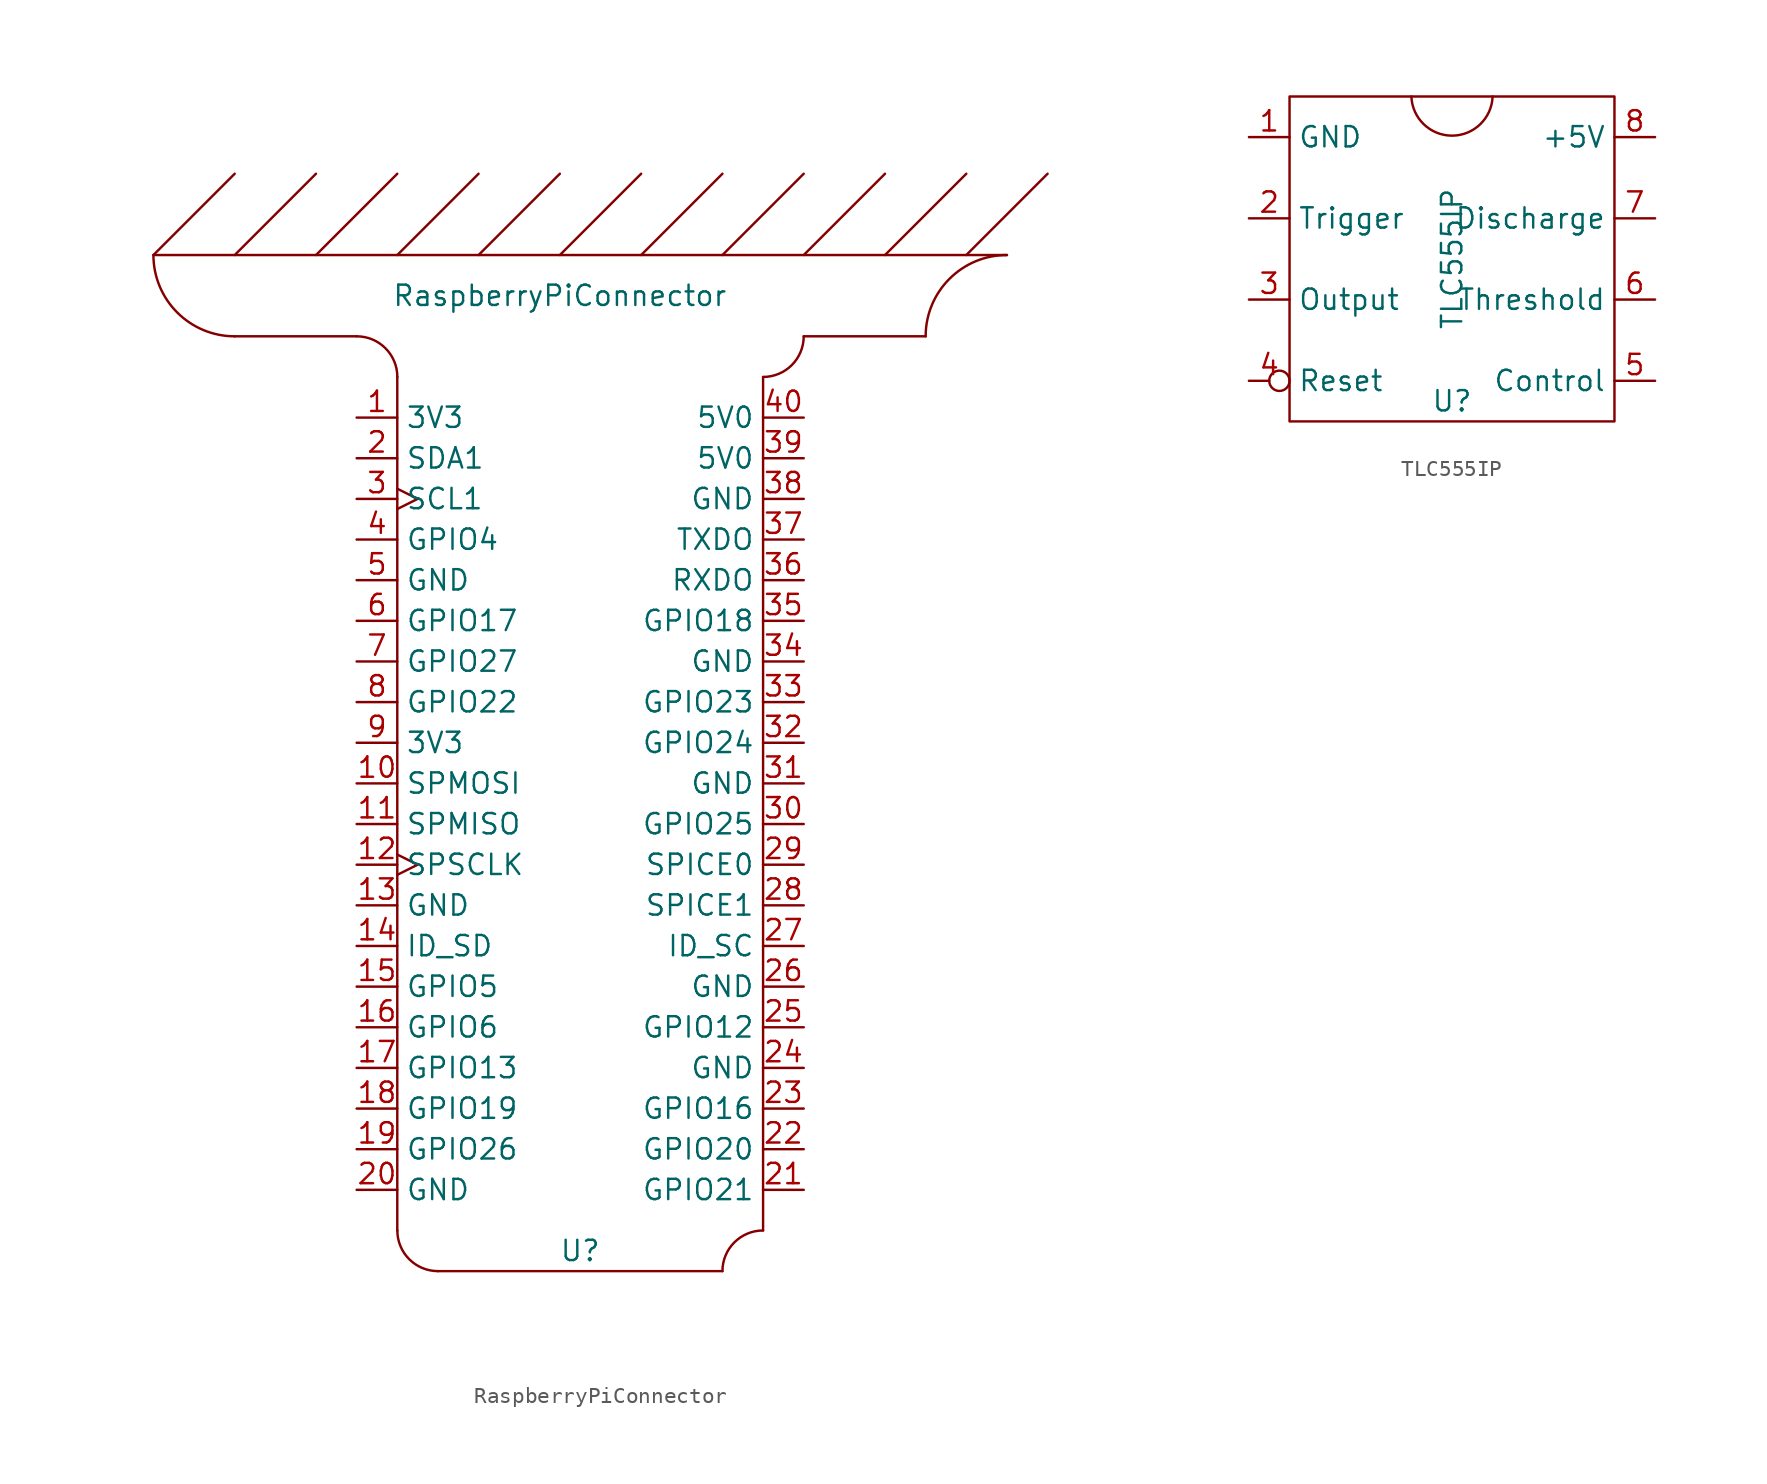
<source format=kicad_sym>
(kicad_symbol_lib
  (version 20211014)
  (generator kicad_symbol_editor)
  (symbol "RaspberryPiConnector"
    (property "Reference" "U"
      (at 0 -27.94 0)
      (effects (font (size 1.27 1.27))))
    (property "Value" "RaspberryPiConnector"
      (at -1.27 31.75 0)
      (effects (font (size 1.27 1.27))))
    (symbol "RaspberryPiConnector_0_1"
      (arc (start -26.67 34.29) (mid -25.1815 30.6985) (end -21.59 29.21) (stroke (width 0) (type default) (color 0 0 0 0)) (fill (type none)))
      (arc (start -11.43 -26.67) (mid -10.6861 -28.4661) (end -8.89 -29.21) (stroke (width 0) (type default) (color 0 0 0 0)) (fill (type none)))
      (arc (start -11.43 26.67) (mid -12.1739 28.4661) (end -13.97 29.21) (stroke (width 0) (type default) (color 0 0 0 0)) (fill (type none)))
      (polyline (pts (xy -26.67 34.29) (xy -21.59 39.37)) (stroke (width 0) (type default) (color 0 0 0 0)) (fill (type none)))
      (polyline (pts (xy -26.67 34.29) (xy 26.67 34.29)) (stroke (width 0) (type default) (color 0 0 0 0)) (fill (type none)))
      (polyline (pts (xy -21.59 34.29) (xy -16.51 39.37)) (stroke (width 0) (type default) (color 0 0 0 0)) (fill (type none)))
      (polyline (pts (xy -16.51 34.29) (xy -11.43 39.37)) (stroke (width 0) (type default) (color 0 0 0 0)) (fill (type none)))
      (polyline (pts (xy -13.97 29.21) (xy -21.59 29.21)) (stroke (width 0) (type default) (color 0 0 0 0)) (fill (type none)))
      (polyline (pts (xy -11.43 -26.67) (xy -11.43 26.67)) (stroke (width 0) (type default) (color 0 0 0 0)) (fill (type none)))
      (polyline (pts (xy -11.43 34.29) (xy -6.35 39.37)) (stroke (width 0) (type default) (color 0 0 0 0)) (fill (type none)))
      (polyline (pts (xy -8.89 -29.21) (xy 8.89 -29.21)) (stroke (width 0) (type default) (color 0 0 0 0)) (fill (type none)))
      (polyline (pts (xy -6.35 34.29) (xy -1.27 39.37)) (stroke (width 0) (type default) (color 0 0 0 0)) (fill (type none)))
      (polyline (pts (xy -1.27 34.29) (xy 3.81 39.37)) (stroke (width 0) (type default) (color 0 0 0 0)) (fill (type none)))
      (polyline (pts (xy 3.81 34.29) (xy 8.89 39.37)) (stroke (width 0) (type default) (color 0 0 0 0)) (fill (type none)))
      (polyline (pts (xy 8.89 34.29) (xy 13.97 39.37)) (stroke (width 0) (type default) (color 0 0 0 0)) (fill (type none)))
      (polyline (pts (xy 11.43 -26.67) (xy 11.43 26.67)) (stroke (width 0) (type default) (color 0 0 0 0)) (fill (type none)))
      (polyline (pts (xy 13.97 29.21) (xy 21.59 29.21)) (stroke (width 0) (type default) (color 0 0 0 0)) (fill (type none)))
      (polyline (pts (xy 13.97 34.29) (xy 19.05 39.37)) (stroke (width 0) (type default) (color 0 0 0 0)) (fill (type none)))
      (polyline (pts (xy 19.05 34.29) (xy 24.13 39.37)) (stroke (width 0) (type default) (color 0 0 0 0)) (fill (type none)))
      (polyline (pts (xy 24.13 34.29) (xy 29.21 39.37)) (stroke (width 0) (type default) (color 0 0 0 0)) (fill (type none)))
      (arc (start 11.43 -26.67) (mid 7.0939 -24.8739) (end 8.89 -29.21) (stroke (width 0) (type default) (color 0 0 0 0)) (fill (type none)))
      (arc (start 11.43 26.67) (mid 15.7661 24.8739) (end 13.97 29.21) (stroke (width 0) (type default) (color 0 0 0 0)) (fill (type none)))
      (arc (start 26.67 34.29) (mid 17.9979 37.8821) (end 21.59 29.21) (stroke (width 0) (type default) (color 0 0 0 0)) (fill (type none))))
    (symbol "RaspberryPiConnector_1_1"
      (pin power_out line (at -13.97 24.13 0) (length 2.54) (name "3V3" (effects (font (size 1.27 1.27)))) (number "1" (effects (font (size 1.27 1.27)))))
      (pin output line (at -13.97 1.27 0) (length 2.54) (name "SPMOSI" (effects (font (size 1.27 1.27)))) (number "10" (effects (font (size 1.27 1.27)))))
      (pin input line (at -13.97 -1.27 0) (length 2.54) (name "SPMISO" (effects (font (size 1.27 1.27)))) (number "11" (effects (font (size 1.27 1.27)))))
      (pin output clock (at -13.97 -3.81 0) (length 2.54) (name "SPSCLK" (effects (font (size 1.27 1.27)))) (number "12" (effects (font (size 1.27 1.27)))))
      (pin power_out line (at -13.97 -6.35 0) (length 2.54) (name "GND" (effects (font (size 1.27 1.27)))) (number "13" (effects (font (size 1.27 1.27)))))
      (pin bidirectional line (at -13.97 -8.89 0) (length 2.54) (name "ID_SD" (effects (font (size 1.27 1.27)))) (number "14" (effects (font (size 1.27 1.27)))))
      (pin bidirectional line (at -13.97 -11.43 0) (length 2.54) (name "GPIO5" (effects (font (size 1.27 1.27)))) (number "15" (effects (font (size 1.27 1.27)))))
      (pin bidirectional line (at -13.97 -13.97 0) (length 2.54) (name "GPIO6" (effects (font (size 1.27 1.27)))) (number "16" (effects (font (size 1.27 1.27)))))
      (pin bidirectional line (at -13.97 -16.51 0) (length 2.54) (name "GPIO13" (effects (font (size 1.27 1.27)))) (number "17" (effects (font (size 1.27 1.27)))))
      (pin bidirectional line (at -13.97 -19.05 0) (length 2.54) (name "GPIO19" (effects (font (size 1.27 1.27)))) (number "18" (effects (font (size 1.27 1.27)))))
      (pin bidirectional line (at -13.97 -21.59 0) (length 2.54) (name "GPIO26" (effects (font (size 1.27 1.27)))) (number "19" (effects (font (size 1.27 1.27)))))
      (pin bidirectional line (at -13.97 21.59 0) (length 2.54) (name "SDA1" (effects (font (size 1.27 1.27)))) (number "2" (effects (font (size 1.27 1.27)))))
      (pin power_out line (at -13.97 -24.13 0) (length 2.54) (name "GND" (effects (font (size 1.27 1.27)))) (number "20" (effects (font (size 1.27 1.27)))))
      (pin bidirectional line (at 13.97 -24.13 180) (length 2.54) (name "GPIO21" (effects (font (size 1.27 1.27)))) (number "21" (effects (font (size 1.27 1.27)))))
      (pin bidirectional line (at 13.97 -21.59 180) (length 2.54) (name "GPIO20" (effects (font (size 1.27 1.27)))) (number "22" (effects (font (size 1.27 1.27)))))
      (pin bidirectional line (at 13.97 -19.05 180) (length 2.54) (name "GPIO16" (effects (font (size 1.27 1.27)))) (number "23" (effects (font (size 1.27 1.27)))))
      (pin power_out line (at 13.97 -16.51 180) (length 2.54) (name "GND" (effects (font (size 1.27 1.27)))) (number "24" (effects (font (size 1.27 1.27)))))
      (pin bidirectional line (at 13.97 -13.97 180) (length 2.54) (name "GPIO12" (effects (font (size 1.27 1.27)))) (number "25" (effects (font (size 1.27 1.27)))))
      (pin power_out line (at 13.97 -11.43 180) (length 2.54) (name "GND" (effects (font (size 1.27 1.27)))) (number "26" (effects (font (size 1.27 1.27)))))
      (pin bidirectional line (at 13.97 -8.89 180) (length 2.54) (name "ID_SC" (effects (font (size 1.27 1.27)))) (number "27" (effects (font (size 1.27 1.27)))))
      (pin bidirectional line (at 13.97 -6.35 180) (length 2.54) (name "SPICE1" (effects (font (size 1.27 1.27)))) (number "28" (effects (font (size 1.27 1.27)))))
      (pin bidirectional line (at 13.97 -3.81 180) (length 2.54) (name "SPICE0" (effects (font (size 1.27 1.27)))) (number "29" (effects (font (size 1.27 1.27)))))
      (pin output clock (at -13.97 19.05 0) (length 2.54) (name "SCL1" (effects (font (size 1.27 1.27)))) (number "3" (effects (font (size 1.27 1.27)))))
      (pin bidirectional line (at 13.97 -1.27 180) (length 2.54) (name "GPIO25" (effects (font (size 1.27 1.27)))) (number "30" (effects (font (size 1.27 1.27)))))
      (pin power_out line (at 13.97 1.27 180) (length 2.54) (name "GND" (effects (font (size 1.27 1.27)))) (number "31" (effects (font (size 1.27 1.27)))))
      (pin bidirectional line (at 13.97 3.81 180) (length 2.54) (name "GPIO24" (effects (font (size 1.27 1.27)))) (number "32" (effects (font (size 1.27 1.27)))))
      (pin bidirectional line (at 13.97 6.35 180) (length 2.54) (name "GPIO23" (effects (font (size 1.27 1.27)))) (number "33" (effects (font (size 1.27 1.27)))))
      (pin power_out line (at 13.97 8.89 180) (length 2.54) (name "GND" (effects (font (size 1.27 1.27)))) (number "34" (effects (font (size 1.27 1.27)))))
      (pin bidirectional line (at 13.97 11.43 180) (length 2.54) (name "GPIO18" (effects (font (size 1.27 1.27)))) (number "35" (effects (font (size 1.27 1.27)))))
      (pin input line (at 13.97 13.97 180) (length 2.54) (name "RXDO" (effects (font (size 1.27 1.27)))) (number "36" (effects (font (size 1.27 1.27)))))
      (pin output line (at 13.97 16.51 180) (length 2.54) (name "TXDO" (effects (font (size 1.27 1.27)))) (number "37" (effects (font (size 1.27 1.27)))))
      (pin power_out line (at 13.97 19.05 180) (length 2.54) (name "GND" (effects (font (size 1.27 1.27)))) (number "38" (effects (font (size 1.27 1.27)))))
      (pin power_out line (at 13.97 21.59 180) (length 2.54) (name "5V0" (effects (font (size 1.27 1.27)))) (number "39" (effects (font (size 1.27 1.27)))))
      (pin bidirectional line (at -13.97 16.51 0) (length 2.54) (name "GPIO4" (effects (font (size 1.27 1.27)))) (number "4" (effects (font (size 1.27 1.27)))))
      (pin power_out line (at 13.97 24.13 180) (length 2.54) (name "5V0" (effects (font (size 1.27 1.27)))) (number "40" (effects (font (size 1.27 1.27)))))
      (pin power_out line (at -13.97 13.97 0) (length 2.54) (name "GND" (effects (font (size 1.27 1.27)))) (number "5" (effects (font (size 1.27 1.27)))))
      (pin bidirectional line (at -13.97 11.43 0) (length 2.54) (name "GPIO17" (effects (font (size 1.27 1.27)))) (number "6" (effects (font (size 1.27 1.27)))))
      (pin bidirectional line (at -13.97 8.89 0) (length 2.54) (name "GPIO27" (effects (font (size 1.27 1.27)))) (number "7" (effects (font (size 1.27 1.27)))))
      (pin bidirectional line (at -13.97 6.35 0) (length 2.54) (name "GPIO22" (effects (font (size 1.27 1.27)))) (number "8" (effects (font (size 1.27 1.27)))))
      (pin power_out line (at -13.97 3.81 0) (length 2.54) (name "3V3" (effects (font (size 1.27 1.27)))) (number "9" (effects (font (size 1.27 1.27)))))))
  (symbol "TLC555IP"
    (property "Reference" "U"
      (at 0 -8.89 0)
      (effects (font (size 1.27 1.27))))
    (property "Value" "TLC555IP"
      (at 0 0 90)
      (effects (font (size 1.27 1.27))))
    (symbol "TLC555IP_0_1"
      (rectangle (start -10.16 10.16) (end 10.16 -10.16) (stroke (width 0) (type default) (color 0 0 0 0)) (fill (type none)))
      (arc (start -2.54 10.16) (mid 0 7.7112) (end 2.54 10.16) (stroke (width 0) (type default) (color 0 0 0 0)) (fill (type none))))
    (symbol "TLC555IP_1_1"
      (pin power_out line (at -12.7 7.62 0) (length 2.54) (name "GND" (effects (font (size 1.27 1.27)))) (number "1" (effects (font (size 1.27 1.27)))))
      (pin input line (at -12.7 2.54 0) (length 2.54) (name "Trigger" (effects (font (size 1.27 1.27)))) (number "2" (effects (font (size 1.27 1.27)))))
      (pin output line (at -12.7 -2.54 0) (length 2.54) (name "Output" (effects (font (size 1.27 1.27)))) (number "3" (effects (font (size 1.27 1.27)))))
      (pin input inverted (at -12.7 -7.62 0) (length 2.54) (name "Reset" (effects (font (size 1.27 1.27)))) (number "4" (effects (font (size 1.27 1.27)))))
      (pin input line (at 12.7 -7.62 180) (length 2.54) (name "Control" (effects (font (size 1.27 1.27)))) (number "5" (effects (font (size 1.27 1.27)))))
      (pin input line (at 12.7 -2.54 180) (length 2.54) (name "Threshold" (effects (font (size 1.27 1.27)))) (number "6" (effects (font (size 1.27 1.27)))))
      (pin input line (at 12.7 2.54 180) (length 2.54) (name "Discharge" (effects (font (size 1.27 1.27)))) (number "7" (effects (font (size 1.27 1.27)))))
      (pin power_in line (at 12.7 7.62 180) (length 2.54) (name "+5V" (effects (font (size 1.27 1.27)))) (number "8" (effects (font (size 1.27 1.27))))))))
</source>
